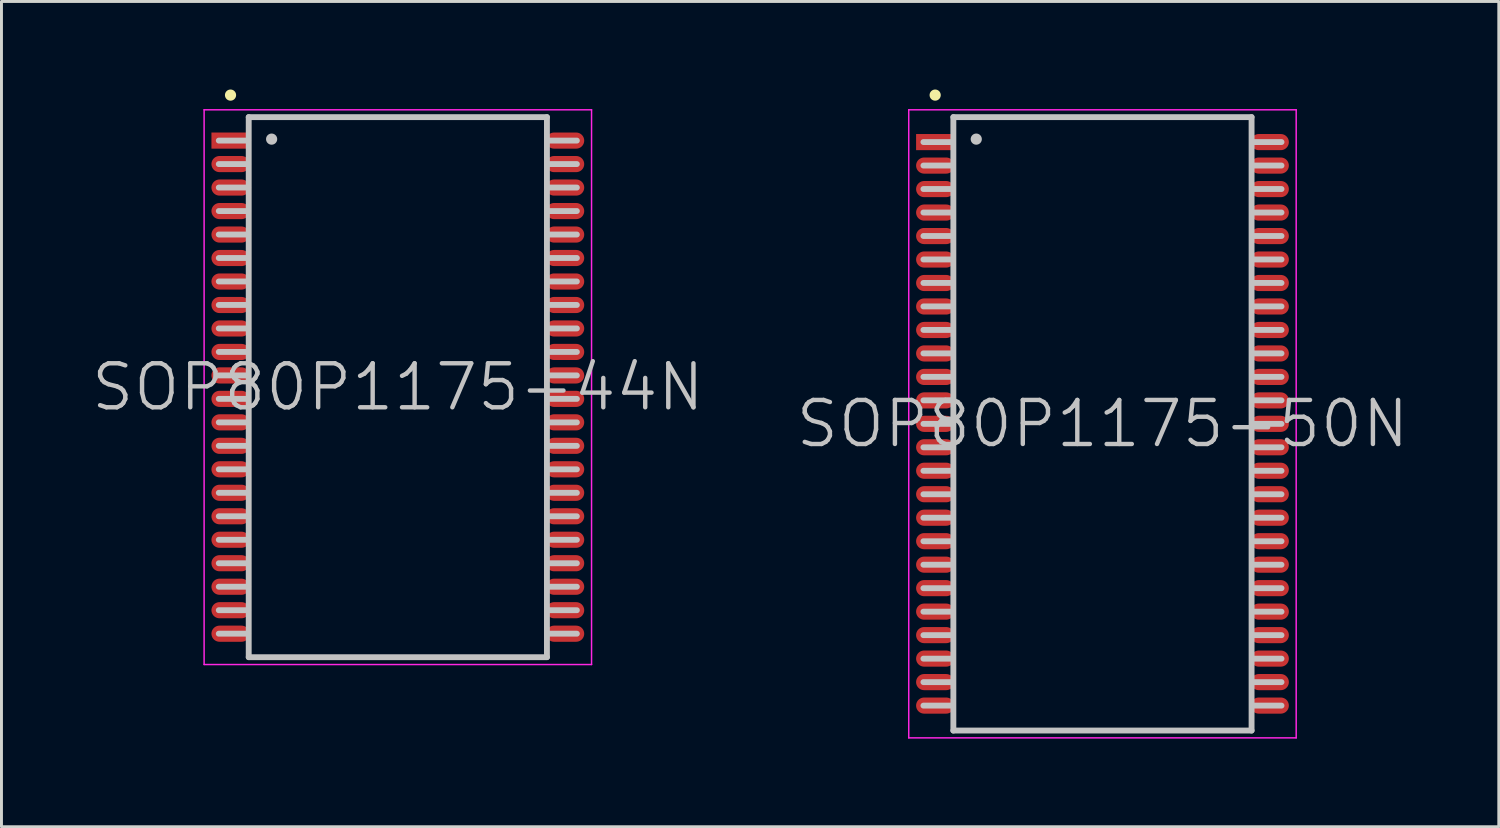
<source format=kicad_pcb>
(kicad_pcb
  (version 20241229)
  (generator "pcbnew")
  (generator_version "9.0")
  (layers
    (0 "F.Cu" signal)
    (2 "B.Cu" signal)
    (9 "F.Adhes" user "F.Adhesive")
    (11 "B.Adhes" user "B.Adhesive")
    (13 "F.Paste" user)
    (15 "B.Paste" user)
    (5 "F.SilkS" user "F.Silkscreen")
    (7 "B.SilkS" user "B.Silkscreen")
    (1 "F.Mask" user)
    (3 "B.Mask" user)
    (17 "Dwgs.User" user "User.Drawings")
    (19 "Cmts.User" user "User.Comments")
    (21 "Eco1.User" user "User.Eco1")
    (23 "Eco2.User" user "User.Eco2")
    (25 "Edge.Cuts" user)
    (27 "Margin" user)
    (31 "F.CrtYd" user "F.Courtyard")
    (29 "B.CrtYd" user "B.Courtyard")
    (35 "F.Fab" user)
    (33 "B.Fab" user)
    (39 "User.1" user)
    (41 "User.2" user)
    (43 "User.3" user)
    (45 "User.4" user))
  (footprint "SOP80P1175-50N"
    (layer "F.Cu")
    (at 34.511 11.39)
    (property "Reference" "SOP80P1175-50N" (at 0 0 0) (layer "Dwgs.User") (effects (font (size 1.5 1.5) (thickness 0.15))))
    (attr smd)
    (fp_line (start -5.7 -11.2) (end -5.7 -11.2) (stroke (width 0.381) (type solid)) (layer "F.SilkS"))
    (fp_line (start -5.1 -9.6) (end -6.1 -9.6) (stroke (width 0.2) (type solid)) (layer "Dwgs.User"))
    (fp_line (start -5.1 -8.8) (end -6.1 -8.8) (stroke (width 0.2) (type solid)) (layer "Dwgs.User"))
    (fp_line (start -5.1 -8) (end -6.1 -8) (stroke (width 0.2) (type solid)) (layer "Dwgs.User"))
    (fp_line (start -5.1 -7.2) (end -6.1 -7.2) (stroke (width 0.2) (type solid)) (layer "Dwgs.User"))
    (fp_line (start -5.1 -6.4) (end -6.1 -6.4) (stroke (width 0.2) (type solid)) (layer "Dwgs.User"))
    (fp_line (start -5.1 -5.6) (end -6.1 -5.6) (stroke (width 0.2) (type solid)) (layer "Dwgs.User"))
    (fp_line (start -5.1 -4.8) (end -6.1 -4.8) (stroke (width 0.2) (type solid)) (layer "Dwgs.User"))
    (fp_line (start -5.1 -4) (end -6.1 -4) (stroke (width 0.2) (type solid)) (layer "Dwgs.User"))
    (fp_line (start -5.1 -3.2) (end -6.1 -3.2) (stroke (width 0.2) (type solid)) (layer "Dwgs.User"))
    (fp_line (start -5.1 -2.4) (end -6.1 -2.4) (stroke (width 0.2) (type solid)) (layer "Dwgs.User"))
    (fp_line (start -5.1 -1.6) (end -6.1 -1.6) (stroke (width 0.2) (type solid)) (layer "Dwgs.User"))
    (fp_line (start -5.1 -0.8) (end -6.1 -0.8) (stroke (width 0.2) (type solid)) (layer "Dwgs.User"))
    (fp_line (start -5.1 0) (end -6.1 0) (stroke (width 0.2) (type solid)) (layer "Dwgs.User"))
    (fp_line (start -5.1 0.8) (end -6.1 0.8) (stroke (width 0.2) (type solid)) (layer "Dwgs.User"))
    (fp_line (start -5.1 1.6) (end -6.1 1.6) (stroke (width 0.2) (type solid)) (layer "Dwgs.User"))
    (fp_line (start -5.1 2.4) (end -6.1 2.4) (stroke (width 0.2) (type solid)) (layer "Dwgs.User"))
    (fp_line (start -5.1 3.2) (end -6.1 3.2) (stroke (width 0.2) (type solid)) (layer "Dwgs.User"))
    (fp_line (start -5.1 4) (end -6.1 4) (stroke (width 0.2) (type solid)) (layer "Dwgs.User"))
    (fp_line (start -5.1 4.8) (end -6.1 4.8) (stroke (width 0.2) (type solid)) (layer "Dwgs.User"))
    (fp_line (start -5.1 5.6) (end -6.1 5.6) (stroke (width 0.2) (type solid)) (layer "Dwgs.User"))
    (fp_line (start -5.1 6.4) (end -6.1 6.4) (stroke (width 0.2) (type solid)) (layer "Dwgs.User"))
    (fp_line (start -5.1 7.2) (end -6.1 7.2) (stroke (width 0.2) (type solid)) (layer "Dwgs.User"))
    (fp_line (start -5.1 8) (end -6.1 8) (stroke (width 0.2) (type solid)) (layer "Dwgs.User"))
    (fp_line (start -5.1 8.8) (end -6.1 8.8) (stroke (width 0.2) (type solid)) (layer "Dwgs.User"))
    (fp_line (start -5.1 9.6) (end -6.1 9.6) (stroke (width 0.2) (type solid)) (layer "Dwgs.User"))
    (fp_line (start -5.08 -10.45) (end -5.08 10.45) (stroke (width 0.2) (type solid)) (layer "Dwgs.User"))
    (fp_line (start -5.08 -10.45) (end 5.08 -10.45) (stroke (width 0.2) (type solid)) (layer "Dwgs.User"))
    (fp_line (start -5.08 10.45) (end 5.08 10.45) (stroke (width 0.2) (type solid)) (layer "Dwgs.User"))
    (fp_line (start -4.3 -9.7) (end -4.3 -9.7) (stroke (width 0.381) (type solid)) (layer "Dwgs.User"))
    (fp_line (start 5.08 -10.45) (end 5.08 10.45) (stroke (width 0.2) (type solid)) (layer "Dwgs.User"))
    (fp_line (start 6.1 -9.6) (end 5.1 -9.6) (stroke (width 0.2) (type solid)) (layer "Dwgs.User"))
    (fp_line (start 6.1 -8.8) (end 5.1 -8.8) (stroke (width 0.2) (type solid)) (layer "Dwgs.User"))
    (fp_line (start 6.1 -8) (end 5.1 -8) (stroke (width 0.2) (type solid)) (layer "Dwgs.User"))
    (fp_line (start 6.1 -7.2) (end 5.1 -7.2) (stroke (width 0.2) (type solid)) (layer "Dwgs.User"))
    (fp_line (start 6.1 -6.4) (end 5.1 -6.4) (stroke (width 0.2) (type solid)) (layer "Dwgs.User"))
    (fp_line (start 6.1 -5.6) (end 5.1 -5.6) (stroke (width 0.2) (type solid)) (layer "Dwgs.User"))
    (fp_line (start 6.1 -4.8) (end 5.1 -4.8) (stroke (width 0.2) (type solid)) (layer "Dwgs.User"))
    (fp_line (start 6.1 -4) (end 5.1 -4) (stroke (width 0.2) (type solid)) (layer "Dwgs.User"))
    (fp_line (start 6.1 -3.2) (end 5.1 -3.2) (stroke (width 0.2) (type solid)) (layer "Dwgs.User"))
    (fp_line (start 6.1 -2.4) (end 5.1 -2.4) (stroke (width 0.2) (type solid)) (layer "Dwgs.User"))
    (fp_line (start 6.1 -1.6) (end 5.1 -1.6) (stroke (width 0.2) (type solid)) (layer "Dwgs.User"))
    (fp_line (start 6.1 -0.8) (end 5.1 -0.8) (stroke (width 0.2) (type solid)) (layer "Dwgs.User"))
    (fp_line (start 6.1 0) (end 5.1 0) (stroke (width 0.2) (type solid)) (layer "Dwgs.User"))
    (fp_line (start 6.1 0.8) (end 5.1 0.8) (stroke (width 0.2) (type solid)) (layer "Dwgs.User"))
    (fp_line (start 6.1 1.6) (end 5.1 1.6) (stroke (width 0.2) (type solid)) (layer "Dwgs.User"))
    (fp_line (start 6.1 2.4) (end 5.1 2.4) (stroke (width 0.2) (type solid)) (layer "Dwgs.User"))
    (fp_line (start 6.1 3.2) (end 5.1 3.2) (stroke (width 0.2) (type solid)) (layer "Dwgs.User"))
    (fp_line (start 6.1 4) (end 5.1 4) (stroke (width 0.2) (type solid)) (layer "Dwgs.User"))
    (fp_line (start 6.1 4.8) (end 5.1 4.8) (stroke (width 0.2) (type solid)) (layer "Dwgs.User"))
    (fp_line (start 6.1 5.6) (end 5.1 5.6) (stroke (width 0.2) (type solid)) (layer "Dwgs.User"))
    (fp_line (start 6.1 6.4) (end 5.1 6.4) (stroke (width 0.2) (type solid)) (layer "Dwgs.User"))
    (fp_line (start 6.1 7.2) (end 5.1 7.2) (stroke (width 0.2) (type solid)) (layer "Dwgs.User"))
    (fp_line (start 6.1 8) (end 5.1 8) (stroke (width 0.2) (type solid)) (layer "Dwgs.User"))
    (fp_line (start 6.1 8.8) (end 5.1 8.8) (stroke (width 0.2) (type solid)) (layer "Dwgs.User"))
    (fp_line (start 6.1 9.6) (end 5.1 9.6) (stroke (width 0.2) (type solid)) (layer "Dwgs.User"))
    (fp_line (start -6.6 -10.7) (end -6.6 10.7) (stroke (width 0.05) (type solid)) (layer "F.CrtYd"))
    (fp_line (start -6.6 -10.7) (end 6.6 -10.7) (stroke (width 0.05) (type solid)) (layer "F.CrtYd"))
    (fp_line (start -6.6 10.7) (end 6.6 10.7) (stroke (width 0.05) (type solid)) (layer "F.CrtYd"))
    (fp_line (start 6.6 -10.7) (end 6.6 10.7) (stroke (width 0.05) (type solid)) (layer "F.CrtYd"))
    (pad "1" smd rect (at -5.7 -9.599 90) (size 0.55 1.3) (layers "F.Cu" "F.Mask" "F.Paste"))
    (pad "2" smd oval (at -5.7 -8.799 90) (size 0.55 1.3) (layers "F.Cu" "F.Mask" "F.Paste"))
    (pad "3" smd oval (at -5.7 -7.998 90) (size 0.55 1.3) (layers "F.Cu" "F.Mask" "F.Paste"))
    (pad "4" smd oval (at -5.7 -7.198 90) (size 0.55 1.3) (layers "F.Cu" "F.Mask" "F.Paste"))
    (pad "5" smd oval (at -5.7 -6.398 90) (size 0.55 1.3) (layers "F.Cu" "F.Mask" "F.Paste"))
    (pad "6" smd oval (at -5.7 -5.598 90) (size 0.55 1.3) (layers "F.Cu" "F.Mask" "F.Paste"))
    (pad "7" smd oval (at -5.7 -4.798 90) (size 0.55 1.3) (layers "F.Cu" "F.Mask" "F.Paste"))
    (pad "8" smd oval (at -5.7 -3.998 90) (size 0.55 1.3) (layers "F.Cu" "F.Mask" "F.Paste"))
    (pad "9" smd oval (at -5.7 -3.198 90) (size 0.55 1.3) (layers "F.Cu" "F.Mask" "F.Paste"))
    (pad "10" smd oval (at -5.7 -2.398 90) (size 0.55 1.3) (layers "F.Cu" "F.Mask" "F.Paste"))
    (pad "11" smd oval (at -5.7 -1.598 90) (size 0.55 1.3) (layers "F.Cu" "F.Mask" "F.Paste"))
    (pad "12" smd oval (at -5.7 -0.798 90) (size 0.55 1.3) (layers "F.Cu" "F.Mask" "F.Paste"))
    (pad "13" smd oval (at -5.7 0 90) (size 0.55 1.3) (layers "F.Cu" "F.Mask" "F.Paste"))
    (pad "14" smd oval (at -5.7 0.798 90) (size 0.55 1.3) (layers "F.Cu" "F.Mask" "F.Paste"))
    (pad "15" smd oval (at -5.7 1.598 90) (size 0.55 1.3) (layers "F.Cu" "F.Mask" "F.Paste"))
    (pad "16" smd oval (at -5.7 2.398 90) (size 0.55 1.3) (layers "F.Cu" "F.Mask" "F.Paste"))
    (pad "17" smd oval (at -5.7 3.198 90) (size 0.55 1.3) (layers "F.Cu" "F.Mask" "F.Paste"))
    (pad "18" smd oval (at -5.7 3.998 90) (size 0.55 1.3) (layers "F.Cu" "F.Mask" "F.Paste"))
    (pad "19" smd oval (at -5.7 4.798 90) (size 0.55 1.3) (layers "F.Cu" "F.Mask" "F.Paste"))
    (pad "20" smd oval (at -5.7 5.598 90) (size 0.55 1.3) (layers "F.Cu" "F.Mask" "F.Paste"))
    (pad "21" smd oval (at -5.7 6.398 90) (size 0.55 1.3) (layers "F.Cu" "F.Mask" "F.Paste"))
    (pad "22" smd oval (at -5.7 7.198 90) (size 0.55 1.3) (layers "F.Cu" "F.Mask" "F.Paste"))
    (pad "23" smd oval (at -5.7 7.998 90) (size 0.55 1.3) (layers "F.Cu" "F.Mask" "F.Paste"))
    (pad "24" smd oval (at -5.7 8.799 90) (size 0.55 1.3) (layers "F.Cu" "F.Mask" "F.Paste"))
    (pad "25" smd oval (at -5.7 9.599 90) (size 0.55 1.3) (layers "F.Cu" "F.Mask" "F.Paste"))
    (pad "26" smd oval (at 5.7 9.599 270) (size 0.55 1.3) (layers "F.Cu" "F.Mask" "F.Paste"))
    (pad "27" smd oval (at 5.7 8.799 270) (size 0.55 1.3) (layers "F.Cu" "F.Mask" "F.Paste"))
    (pad "28" smd oval (at 5.7 7.998 270) (size 0.55 1.3) (layers "F.Cu" "F.Mask" "F.Paste"))
    (pad "29" smd oval (at 5.7 7.198 270) (size 0.55 1.3) (layers "F.Cu" "F.Mask" "F.Paste"))
    (pad "30" smd oval (at 5.7 6.398 270) (size 0.55 1.3) (layers "F.Cu" "F.Mask" "F.Paste"))
    (pad "31" smd oval (at 5.7 5.598 270) (size 0.55 1.3) (layers "F.Cu" "F.Mask" "F.Paste"))
    (pad "32" smd oval (at 5.7 4.798 270) (size 0.55 1.3) (layers "F.Cu" "F.Mask" "F.Paste"))
    (pad "33" smd oval (at 5.7 3.998 270) (size 0.55 1.3) (layers "F.Cu" "F.Mask" "F.Paste"))
    (pad "34" smd oval (at 5.7 3.198 270) (size 0.55 1.3) (layers "F.Cu" "F.Mask" "F.Paste"))
    (pad "35" smd oval (at 5.7 2.398 270) (size 0.55 1.3) (layers "F.Cu" "F.Mask" "F.Paste"))
    (pad "36" smd oval (at 5.7 1.598 270) (size 0.55 1.3) (layers "F.Cu" "F.Mask" "F.Paste"))
    (pad "37" smd oval (at 5.7 0.798 270) (size 0.55 1.3) (layers "F.Cu" "F.Mask" "F.Paste"))
    (pad "38" smd oval (at 5.7 0 270) (size 0.55 1.3) (layers "F.Cu" "F.Mask" "F.Paste"))
    (pad "39" smd oval (at 5.7 -0.798 270) (size 0.55 1.3) (layers "F.Cu" "F.Mask" "F.Paste"))
    (pad "40" smd oval (at 5.7 -1.598 270) (size 0.55 1.3) (layers "F.Cu" "F.Mask" "F.Paste"))
    (pad "41" smd oval (at 5.7 -2.398 270) (size 0.55 1.3) (layers "F.Cu" "F.Mask" "F.Paste"))
    (pad "42" smd oval (at 5.7 -3.198 270) (size 0.55 1.3) (layers "F.Cu" "F.Mask" "F.Paste"))
    (pad "43" smd oval (at 5.7 -3.998 270) (size 0.55 1.3) (layers "F.Cu" "F.Mask" "F.Paste"))
    (pad "44" smd oval (at 5.7 -4.798 270) (size 0.55 1.3) (layers "F.Cu" "F.Mask" "F.Paste"))
    (pad "45" smd oval (at 5.7 -5.598 270) (size 0.55 1.3) (layers "F.Cu" "F.Mask" "F.Paste"))
    (pad "46" smd oval (at 5.7 -6.398 270) (size 0.55 1.3) (layers "F.Cu" "F.Mask" "F.Paste"))
    (pad "47" smd oval (at 5.7 -7.198 270) (size 0.55 1.3) (layers "F.Cu" "F.Mask" "F.Paste"))
    (pad "48" smd oval (at 5.7 -7.998 270) (size 0.55 1.3) (layers "F.Cu" "F.Mask" "F.Paste"))
    (pad "49" smd oval (at 5.7 -8.799 270) (size 0.55 1.3) (layers "F.Cu" "F.Mask" "F.Paste"))
    (pad "50" smd oval (at 5.7 -9.599 270) (size 0.55 1.3) (layers "F.Cu" "F.Mask" "F.Paste")))
  (footprint "SOP80P1175-44N"
    (layer "F.Cu")
    (at 10.504 10.14)
    (property "Reference" "SOP80P1175-44N" (at 0 0 0) (layer "Dwgs.User") (effects (font (size 1.5 1.5) (thickness 0.15))))
    (attr smd)
    (fp_line (start -5.7 -9.95) (end -5.7 -9.95) (stroke (width 0.381) (type solid)) (layer "F.SilkS"))
    (fp_line (start -5.1 -8.4) (end -6.1 -8.4) (stroke (width 0.2) (type solid)) (layer "Dwgs.User"))
    (fp_line (start -5.1 -7.6) (end -6.1 -7.6) (stroke (width 0.2) (type solid)) (layer "Dwgs.User"))
    (fp_line (start -5.1 -6.8) (end -6.1 -6.8) (stroke (width 0.2) (type solid)) (layer "Dwgs.User"))
    (fp_line (start -5.1 -6) (end -6.1 -6) (stroke (width 0.2) (type solid)) (layer "Dwgs.User"))
    (fp_line (start -5.1 -5.2) (end -6.1 -5.2) (stroke (width 0.2) (type solid)) (layer "Dwgs.User"))
    (fp_line (start -5.1 -4.4) (end -6.1 -4.4) (stroke (width 0.2) (type solid)) (layer "Dwgs.User"))
    (fp_line (start -5.1 -3.6) (end -6.1 -3.6) (stroke (width 0.2) (type solid)) (layer "Dwgs.User"))
    (fp_line (start -5.1 -2.8) (end -6.1 -2.8) (stroke (width 0.2) (type solid)) (layer "Dwgs.User"))
    (fp_line (start -5.1 -2) (end -6.1 -2) (stroke (width 0.2) (type solid)) (layer "Dwgs.User"))
    (fp_line (start -5.1 -1.2) (end -6.1 -1.2) (stroke (width 0.2) (type solid)) (layer "Dwgs.User"))
    (fp_line (start -5.1 -0.4) (end -6.1 -0.4) (stroke (width 0.2) (type solid)) (layer "Dwgs.User"))
    (fp_line (start -5.1 0.4) (end -6.1 0.4) (stroke (width 0.2) (type solid)) (layer "Dwgs.User"))
    (fp_line (start -5.1 1.2) (end -6.1 1.2) (stroke (width 0.2) (type solid)) (layer "Dwgs.User"))
    (fp_line (start -5.1 2) (end -6.1 2) (stroke (width 0.2) (type solid)) (layer "Dwgs.User"))
    (fp_line (start -5.1 2.8) (end -6.1 2.8) (stroke (width 0.2) (type solid)) (layer "Dwgs.User"))
    (fp_line (start -5.1 3.6) (end -6.1 3.6) (stroke (width 0.2) (type solid)) (layer "Dwgs.User"))
    (fp_line (start -5.1 4.4) (end -6.1 4.4) (stroke (width 0.2) (type solid)) (layer "Dwgs.User"))
    (fp_line (start -5.1 5.2) (end -6.1 5.2) (stroke (width 0.2) (type solid)) (layer "Dwgs.User"))
    (fp_line (start -5.1 6) (end -6.1 6) (stroke (width 0.2) (type solid)) (layer "Dwgs.User"))
    (fp_line (start -5.1 6.8) (end -6.1 6.8) (stroke (width 0.2) (type solid)) (layer "Dwgs.User"))
    (fp_line (start -5.1 7.6) (end -6.1 7.6) (stroke (width 0.2) (type solid)) (layer "Dwgs.User"))
    (fp_line (start -5.1 8.4) (end -6.1 8.4) (stroke (width 0.2) (type solid)) (layer "Dwgs.User"))
    (fp_line (start -5.08 -9.2) (end -5.08 9.2) (stroke (width 0.2) (type solid)) (layer "Dwgs.User"))
    (fp_line (start -5.08 -9.2) (end 5.08 -9.2) (stroke (width 0.2) (type solid)) (layer "Dwgs.User"))
    (fp_line (start -5.08 9.2) (end 5.08 9.2) (stroke (width 0.2) (type solid)) (layer "Dwgs.User"))
    (fp_line (start -4.3 -8.45) (end -4.3 -8.45) (stroke (width 0.381) (type solid)) (layer "Dwgs.User"))
    (fp_line (start 5.08 -9.2) (end 5.08 9.2) (stroke (width 0.2) (type solid)) (layer "Dwgs.User"))
    (fp_line (start 6.1 -8.4) (end 5.1 -8.4) (stroke (width 0.2) (type solid)) (layer "Dwgs.User"))
    (fp_line (start 6.1 -7.6) (end 5.1 -7.6) (stroke (width 0.2) (type solid)) (layer "Dwgs.User"))
    (fp_line (start 6.1 -6.8) (end 5.1 -6.8) (stroke (width 0.2) (type solid)) (layer "Dwgs.User"))
    (fp_line (start 6.1 -6) (end 5.1 -6) (stroke (width 0.2) (type solid)) (layer "Dwgs.User"))
    (fp_line (start 6.1 -5.2) (end 5.1 -5.2) (stroke (width 0.2) (type solid)) (layer "Dwgs.User"))
    (fp_line (start 6.1 -4.4) (end 5.1 -4.4) (stroke (width 0.2) (type solid)) (layer "Dwgs.User"))
    (fp_line (start 6.1 -3.6) (end 5.1 -3.6) (stroke (width 0.2) (type solid)) (layer "Dwgs.User"))
    (fp_line (start 6.1 -2.8) (end 5.1 -2.8) (stroke (width 0.2) (type solid)) (layer "Dwgs.User"))
    (fp_line (start 6.1 -2) (end 5.1 -2) (stroke (width 0.2) (type solid)) (layer "Dwgs.User"))
    (fp_line (start 6.1 -1.2) (end 5.1 -1.2) (stroke (width 0.2) (type solid)) (layer "Dwgs.User"))
    (fp_line (start 6.1 -0.4) (end 5.1 -0.4) (stroke (width 0.2) (type solid)) (layer "Dwgs.User"))
    (fp_line (start 6.1 0.4) (end 5.1 0.4) (stroke (width 0.2) (type solid)) (layer "Dwgs.User"))
    (fp_line (start 6.1 1.2) (end 5.1 1.2) (stroke (width 0.2) (type solid)) (layer "Dwgs.User"))
    (fp_line (start 6.1 2) (end 5.1 2) (stroke (width 0.2) (type solid)) (layer "Dwgs.User"))
    (fp_line (start 6.1 2.8) (end 5.1 2.8) (stroke (width 0.2) (type solid)) (layer "Dwgs.User"))
    (fp_line (start 6.1 3.6) (end 5.1 3.6) (stroke (width 0.2) (type solid)) (layer "Dwgs.User"))
    (fp_line (start 6.1 4.4) (end 5.1 4.4) (stroke (width 0.2) (type solid)) (layer "Dwgs.User"))
    (fp_line (start 6.1 5.2) (end 5.1 5.2) (stroke (width 0.2) (type solid)) (layer "Dwgs.User"))
    (fp_line (start 6.1 6) (end 5.1 6) (stroke (width 0.2) (type solid)) (layer "Dwgs.User"))
    (fp_line (start 6.1 6.8) (end 5.1 6.8) (stroke (width 0.2) (type solid)) (layer "Dwgs.User"))
    (fp_line (start 6.1 7.6) (end 5.1 7.6) (stroke (width 0.2) (type solid)) (layer "Dwgs.User"))
    (fp_line (start 6.1 8.4) (end 5.1 8.4) (stroke (width 0.2) (type solid)) (layer "Dwgs.User"))
    (fp_line (start -6.6 -9.45) (end -6.6 9.45) (stroke (width 0.05) (type solid)) (layer "F.CrtYd"))
    (fp_line (start -6.6 -9.45) (end 6.6 -9.45) (stroke (width 0.05) (type solid)) (layer "F.CrtYd"))
    (fp_line (start -6.6 9.45) (end 6.6 9.45) (stroke (width 0.05) (type solid)) (layer "F.CrtYd"))
    (fp_line (start 6.6 -9.45) (end 6.6 9.45) (stroke (width 0.05) (type solid)) (layer "F.CrtYd"))
    (pad "1" smd rect (at -5.7 -8.4 90) (size 0.55 1.3) (layers "F.Cu" "F.Mask" "F.Paste"))
    (pad "2" smd oval (at -5.7 -7.6 90) (size 0.55 1.3) (layers "F.Cu" "F.Mask" "F.Paste"))
    (pad "3" smd oval (at -5.7 -6.8 90) (size 0.55 1.3) (layers "F.Cu" "F.Mask" "F.Paste"))
    (pad "4" smd oval (at -5.7 -5.999 90) (size 0.55 1.3) (layers "F.Cu" "F.Mask" "F.Paste"))
    (pad "5" smd oval (at -5.7 -5.199 90) (size 0.55 1.3) (layers "F.Cu" "F.Mask" "F.Paste"))
    (pad "6" smd oval (at -5.7 -4.399 90) (size 0.55 1.3) (layers "F.Cu" "F.Mask" "F.Paste"))
    (pad "7" smd oval (at -5.7 -3.599 90) (size 0.55 1.3) (layers "F.Cu" "F.Mask" "F.Paste"))
    (pad "8" smd oval (at -5.7 -2.799 90) (size 0.55 1.3) (layers "F.Cu" "F.Mask" "F.Paste"))
    (pad "9" smd oval (at -5.7 -1.999 90) (size 0.55 1.3) (layers "F.Cu" "F.Mask" "F.Paste"))
    (pad "10" smd oval (at -5.7 -1.199 90) (size 0.55 1.3) (layers "F.Cu" "F.Mask" "F.Paste"))
    (pad "11" smd oval (at -5.7 -0.399 90) (size 0.55 1.3) (layers "F.Cu" "F.Mask" "F.Paste"))
    (pad "12" smd oval (at -5.7 0.399 90) (size 0.55 1.3) (layers "F.Cu" "F.Mask" "F.Paste"))
    (pad "13" smd oval (at -5.7 1.199 90) (size 0.55 1.3) (layers "F.Cu" "F.Mask" "F.Paste"))
    (pad "14" smd oval (at -5.7 1.999 90) (size 0.55 1.3) (layers "F.Cu" "F.Mask" "F.Paste"))
    (pad "15" smd oval (at -5.7 2.799 90) (size 0.55 1.3) (layers "F.Cu" "F.Mask" "F.Paste"))
    (pad "16" smd oval (at -5.7 3.599 90) (size 0.55 1.3) (layers "F.Cu" "F.Mask" "F.Paste"))
    (pad "17" smd oval (at -5.7 4.399 90) (size 0.55 1.3) (layers "F.Cu" "F.Mask" "F.Paste"))
    (pad "18" smd oval (at -5.7 5.199 90) (size 0.55 1.3) (layers "F.Cu" "F.Mask" "F.Paste"))
    (pad "19" smd oval (at -5.7 5.999 90) (size 0.55 1.3) (layers "F.Cu" "F.Mask" "F.Paste"))
    (pad "20" smd oval (at -5.7 6.8 90) (size 0.55 1.3) (layers "F.Cu" "F.Mask" "F.Paste"))
    (pad "21" smd oval (at -5.7 7.6 90) (size 0.55 1.3) (layers "F.Cu" "F.Mask" "F.Paste"))
    (pad "22" smd oval (at -5.7 8.4 90) (size 0.55 1.3) (layers "F.Cu" "F.Mask" "F.Paste"))
    (pad "23" smd oval (at 5.7 8.4 270) (size 0.55 1.3) (layers "F.Cu" "F.Mask" "F.Paste"))
    (pad "24" smd oval (at 5.7 7.6 270) (size 0.55 1.3) (layers "F.Cu" "F.Mask" "F.Paste"))
    (pad "25" smd oval (at 5.7 6.8 270) (size 0.55 1.3) (layers "F.Cu" "F.Mask" "F.Paste"))
    (pad "26" smd oval (at 5.7 5.999 270) (size 0.55 1.3) (layers "F.Cu" "F.Mask" "F.Paste"))
    (pad "27" smd oval (at 5.7 5.199 270) (size 0.55 1.3) (layers "F.Cu" "F.Mask" "F.Paste"))
    (pad "28" smd oval (at 5.7 4.399 270) (size 0.55 1.3) (layers "F.Cu" "F.Mask" "F.Paste"))
    (pad "29" smd oval (at 5.7 3.599 270) (size 0.55 1.3) (layers "F.Cu" "F.Mask" "F.Paste"))
    (pad "30" smd oval (at 5.7 2.799 270) (size 0.55 1.3) (layers "F.Cu" "F.Mask" "F.Paste"))
    (pad "31" smd oval (at 5.7 1.999 270) (size 0.55 1.3) (layers "F.Cu" "F.Mask" "F.Paste"))
    (pad "32" smd oval (at 5.7 1.199 270) (size 0.55 1.3) (layers "F.Cu" "F.Mask" "F.Paste"))
    (pad "33" smd oval (at 5.7 0.399 270) (size 0.55 1.3) (layers "F.Cu" "F.Mask" "F.Paste"))
    (pad "34" smd oval (at 5.7 -0.399 270) (size 0.55 1.3) (layers "F.Cu" "F.Mask" "F.Paste"))
    (pad "35" smd oval (at 5.7 -1.199 270) (size 0.55 1.3) (layers "F.Cu" "F.Mask" "F.Paste"))
    (pad "36" smd oval (at 5.7 -1.999 270) (size 0.55 1.3) (layers "F.Cu" "F.Mask" "F.Paste"))
    (pad "37" smd oval (at 5.7 -2.799 270) (size 0.55 1.3) (layers "F.Cu" "F.Mask" "F.Paste"))
    (pad "38" smd oval (at 5.7 -3.599 270) (size 0.55 1.3) (layers "F.Cu" "F.Mask" "F.Paste"))
    (pad "39" smd oval (at 5.7 -4.399 270) (size 0.55 1.3) (layers "F.Cu" "F.Mask" "F.Paste"))
    (pad "40" smd oval (at 5.7 -5.199 270) (size 0.55 1.3) (layers "F.Cu" "F.Mask" "F.Paste"))
    (pad "41" smd oval (at 5.7 -5.999 270) (size 0.55 1.3) (layers "F.Cu" "F.Mask" "F.Paste"))
    (pad "42" smd oval (at 5.7 -6.8 270) (size 0.55 1.3) (layers "F.Cu" "F.Mask" "F.Paste"))
    (pad "43" smd oval (at 5.7 -7.6 270) (size 0.55 1.3) (layers "F.Cu" "F.Mask" "F.Paste"))
    (pad "44" smd oval (at 5.7 -8.4 270) (size 0.55 1.3) (layers "F.Cu" "F.Mask" "F.Paste")))
  (gr_rect
    (start -3 -3)
    (end 48.014 25.116)
    (stroke (width 0.1) (type default))
    (fill no)
    (layer "Edge.Cuts")))
</source>
